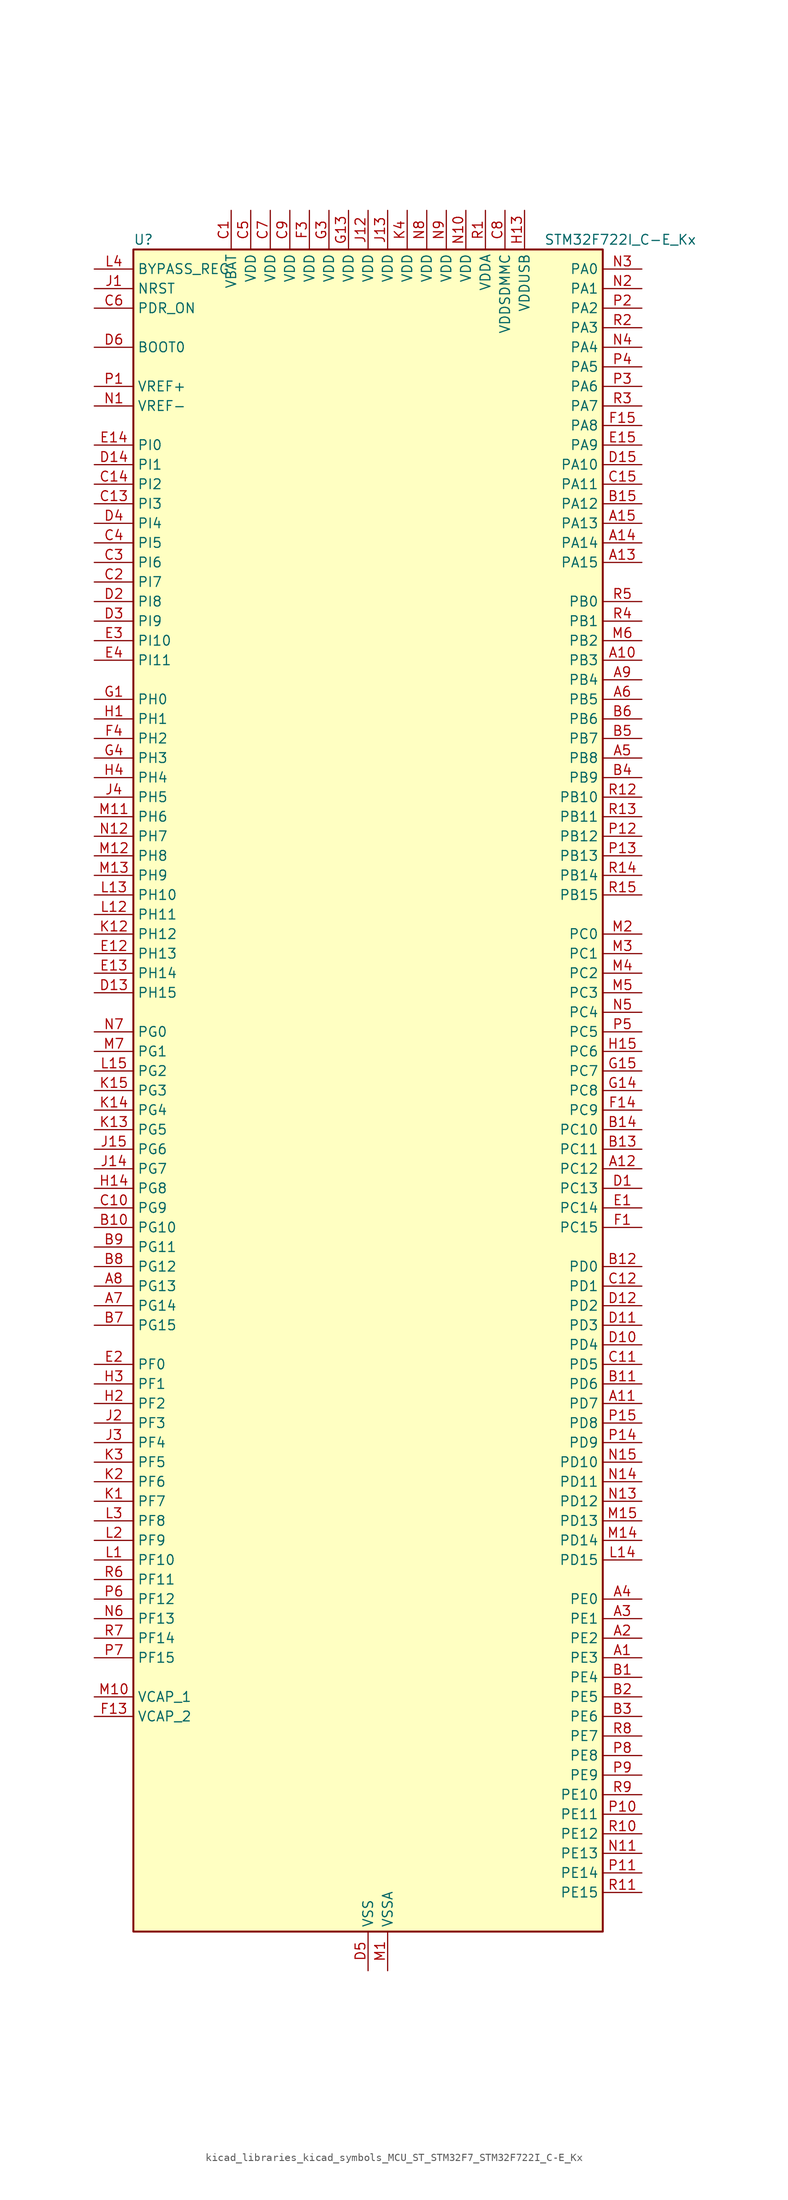
<source format=kicad_sym>
(kicad_symbol_lib
  (version 20220914)
  (generator kicad_symbol_editor)
  (symbol "kicad_libraries_kicad_symbols_MCU_ST_STM32F7_STM32F722I_C-E_Kx"
    (property "Reference" "U"
      (at -30.48 110.49 0)
      (effects (font (size 1.27 1.27)) (justify left)))
    (property "Value" "STM32F722I_C-E_Kx"
      (at 22.86 110.49 0)
      (effects (font (size 1.27 1.27)) (justify left)))
    (property "ki_locked" ""
      (at 0 0 0)
      (effects (font (size 1.27 1.27))))
    (symbol "kicad_libraries_kicad_symbols_MCU_ST_STM32F7_STM32F722I_C-E_Kx_0_1"
      (rectangle (start -30.48 -109.22) (end 30.48 109.22) (stroke (width 0.254) (type default)) (fill (type background))))
    (symbol "kicad_libraries_kicad_symbols_MCU_ST_STM32F7_STM32F722I_C-E_Kx_1_1"
      (pin bidirectional line (at 35.56 -73.66 180) (length 5.08) (name "PE3" (effects (font (size 1.27 1.27)))) (number "A1" (effects (font (size 1.27 1.27)))) (alternate "FMC_A19" bidirectional line) (alternate "SAI1_SD_B" bidirectional line) (alternate "SYS_TRACED0" bidirectional line))
      (pin bidirectional line (at 35.56 55.88 180) (length 5.08) (name "PB3" (effects (font (size 1.27 1.27)))) (number "A10" (effects (font (size 1.27 1.27)))) (alternate "I2S1_CK" bidirectional line) (alternate "I2S3_CK" bidirectional line) (alternate "SDMMC2_D2" bidirectional line) (alternate "SPI1_SCK" bidirectional line) (alternate "SPI3_SCK" bidirectional line) (alternate "SYS_JTDO-SWO" bidirectional line) (alternate "TIM2_CH2" bidirectional line))
      (pin bidirectional line (at 35.56 -40.64 180) (length 5.08) (name "PD7" (effects (font (size 1.27 1.27)))) (number "A11" (effects (font (size 1.27 1.27)))) (alternate "FMC_NE1" bidirectional line) (alternate "SDMMC2_CMD" bidirectional line) (alternate "USART2_CK" bidirectional line))
      (pin bidirectional line (at 35.56 -10.16 180) (length 5.08) (name "PC12" (effects (font (size 1.27 1.27)))) (number "A12" (effects (font (size 1.27 1.27)))) (alternate "I2S3_SD" bidirectional line) (alternate "SDMMC1_CK" bidirectional line) (alternate "SPI3_MOSI" bidirectional line) (alternate "SYS_TRACED3" bidirectional line) (alternate "UART5_TX" bidirectional line) (alternate "USART3_CK" bidirectional line))
      (pin bidirectional line (at 35.56 68.58 180) (length 5.08) (name "PA15" (effects (font (size 1.27 1.27)))) (number "A13" (effects (font (size 1.27 1.27)))) (alternate "I2S1_WS" bidirectional line) (alternate "I2S3_WS" bidirectional line) (alternate "SPI1_NSS" bidirectional line) (alternate "SPI3_NSS" bidirectional line) (alternate "SYS_JTDI" bidirectional line) (alternate "TIM2_CH1" bidirectional line) (alternate "TIM2_ETR" bidirectional line) (alternate "UART4_DE" bidirectional line) (alternate "UART4_RTS" bidirectional line))
      (pin bidirectional line (at 35.56 71.12 180) (length 5.08) (name "PA14" (effects (font (size 1.27 1.27)))) (number "A14" (effects (font (size 1.27 1.27)))) (alternate "SYS_JTCK-SWCLK" bidirectional line))
      (pin bidirectional line (at 35.56 73.66 180) (length 5.08) (name "PA13" (effects (font (size 1.27 1.27)))) (number "A15" (effects (font (size 1.27 1.27)))) (alternate "SYS_JTMS-SWDIO" bidirectional line))
      (pin bidirectional line (at 35.56 -71.12 180) (length 5.08) (name "PE2" (effects (font (size 1.27 1.27)))) (number "A2" (effects (font (size 1.27 1.27)))) (alternate "FMC_A23" bidirectional line) (alternate "QUADSPI_BK1_IO2" bidirectional line) (alternate "SAI1_MCLK_A" bidirectional line) (alternate "SPI4_SCK" bidirectional line) (alternate "SYS_TRACECLK" bidirectional line))
      (pin bidirectional line (at 35.56 -68.58 180) (length 5.08) (name "PE1" (effects (font (size 1.27 1.27)))) (number "A3" (effects (font (size 1.27 1.27)))) (alternate "FMC_NBL1" bidirectional line) (alternate "LPTIM1_IN2" bidirectional line) (alternate "UART8_TX" bidirectional line))
      (pin bidirectional line (at 35.56 -66.04 180) (length 5.08) (name "PE0" (effects (font (size 1.27 1.27)))) (number "A4" (effects (font (size 1.27 1.27)))) (alternate "FMC_NBL0" bidirectional line) (alternate "LPTIM1_ETR" bidirectional line) (alternate "SAI2_MCLK_A" bidirectional line) (alternate "TIM4_ETR" bidirectional line) (alternate "UART8_RX" bidirectional line))
      (pin bidirectional line (at 35.56 43.18 180) (length 5.08) (name "PB8" (effects (font (size 1.27 1.27)))) (number "A5" (effects (font (size 1.27 1.27)))) (alternate "CAN1_RX" bidirectional line) (alternate "I2C1_SCL" bidirectional line) (alternate "SDMMC1_D4" bidirectional line) (alternate "SDMMC2_D4" bidirectional line) (alternate "TIM10_CH1" bidirectional line) (alternate "TIM4_CH3" bidirectional line))
      (pin bidirectional line (at 35.56 50.8 180) (length 5.08) (name "PB5" (effects (font (size 1.27 1.27)))) (number "A6" (effects (font (size 1.27 1.27)))) (alternate "FMC_SDCKE1" bidirectional line) (alternate "I2C1_SMBA" bidirectional line) (alternate "I2S1_SD" bidirectional line) (alternate "I2S3_SD" bidirectional line) (alternate "SPI1_MOSI" bidirectional line) (alternate "SPI3_MOSI" bidirectional line) (alternate "TIM3_CH2" bidirectional line) (alternate "USB_OTG_HS_ULPI_D7" bidirectional line))
      (pin bidirectional line (at -35.56 -27.94 0) (length 5.08) (name "PG14" (effects (font (size 1.27 1.27)))) (number "A7" (effects (font (size 1.27 1.27)))) (alternate "FMC_A25" bidirectional line) (alternate "LPTIM1_ETR" bidirectional line) (alternate "QUADSPI_BK2_IO3" bidirectional line) (alternate "SYS_TRACED1" bidirectional line) (alternate "USART6_TX" bidirectional line))
      (pin bidirectional line (at -35.56 -25.4 0) (length 5.08) (name "PG13" (effects (font (size 1.27 1.27)))) (number "A8" (effects (font (size 1.27 1.27)))) (alternate "FMC_A24" bidirectional line) (alternate "LPTIM1_OUT" bidirectional line) (alternate "SYS_TRACED0" bidirectional line) (alternate "USART6_CTS" bidirectional line))
      (pin bidirectional line (at 35.56 53.34 180) (length 5.08) (name "PB4" (effects (font (size 1.27 1.27)))) (number "A9" (effects (font (size 1.27 1.27)))) (alternate "I2S2_WS" bidirectional line) (alternate "SDMMC2_D3" bidirectional line) (alternate "SPI1_MISO" bidirectional line) (alternate "SPI2_NSS" bidirectional line) (alternate "SPI3_MISO" bidirectional line) (alternate "SYS_JTRST" bidirectional line) (alternate "TIM3_CH1" bidirectional line))
      (pin bidirectional line (at 35.56 -76.2 180) (length 5.08) (name "PE4" (effects (font (size 1.27 1.27)))) (number "B1" (effects (font (size 1.27 1.27)))) (alternate "FMC_A20" bidirectional line) (alternate "SAI1_FS_A" bidirectional line) (alternate "SPI4_NSS" bidirectional line) (alternate "SYS_TRACED1" bidirectional line))
      (pin bidirectional line (at -35.56 -17.78 0) (length 5.08) (name "PG10" (effects (font (size 1.27 1.27)))) (number "B10" (effects (font (size 1.27 1.27)))) (alternate "FMC_NE3" bidirectional line) (alternate "SAI2_SD_B" bidirectional line) (alternate "SDMMC2_D1" bidirectional line))
      (pin bidirectional line (at 35.56 -38.1 180) (length 5.08) (name "PD6" (effects (font (size 1.27 1.27)))) (number "B11" (effects (font (size 1.27 1.27)))) (alternate "FMC_NWAIT" bidirectional line) (alternate "I2S3_SD" bidirectional line) (alternate "SAI1_SD_A" bidirectional line) (alternate "SDMMC2_CK" bidirectional line) (alternate "SPI3_MOSI" bidirectional line) (alternate "USART2_RX" bidirectional line))
      (pin bidirectional line (at 35.56 -22.86 180) (length 5.08) (name "PD0" (effects (font (size 1.27 1.27)))) (number "B12" (effects (font (size 1.27 1.27)))) (alternate "CAN1_RX" bidirectional line) (alternate "FMC_D2" bidirectional line) (alternate "FMC_DA2" bidirectional line))
      (pin bidirectional line (at 35.56 -7.62 180) (length 5.08) (name "PC11" (effects (font (size 1.27 1.27)))) (number "B13" (effects (font (size 1.27 1.27)))) (alternate "ADC1_EXTI11" bidirectional line) (alternate "ADC2_EXTI11" bidirectional line) (alternate "ADC3_EXTI11" bidirectional line) (alternate "QUADSPI_BK2_NCS" bidirectional line) (alternate "SDMMC1_D3" bidirectional line) (alternate "SPI3_MISO" bidirectional line) (alternate "UART4_RX" bidirectional line) (alternate "USART3_RX" bidirectional line))
      (pin bidirectional line (at 35.56 -5.08 180) (length 5.08) (name "PC10" (effects (font (size 1.27 1.27)))) (number "B14" (effects (font (size 1.27 1.27)))) (alternate "I2S3_CK" bidirectional line) (alternate "QUADSPI_BK1_IO1" bidirectional line) (alternate "SDMMC1_D2" bidirectional line) (alternate "SPI3_SCK" bidirectional line) (alternate "UART4_TX" bidirectional line) (alternate "USART3_TX" bidirectional line))
      (pin bidirectional line (at 35.56 76.2 180) (length 5.08) (name "PA12" (effects (font (size 1.27 1.27)))) (number "B15" (effects (font (size 1.27 1.27)))) (alternate "CAN1_TX" bidirectional line) (alternate "SAI2_FS_B" bidirectional line) (alternate "TIM1_ETR" bidirectional line) (alternate "USART1_DE" bidirectional line) (alternate "USART1_RTS" bidirectional line) (alternate "USB_OTG_FS_DP" bidirectional line))
      (pin bidirectional line (at 35.56 -78.74 180) (length 5.08) (name "PE5" (effects (font (size 1.27 1.27)))) (number "B2" (effects (font (size 1.27 1.27)))) (alternate "FMC_A21" bidirectional line) (alternate "SAI1_SCK_A" bidirectional line) (alternate "SPI4_MISO" bidirectional line) (alternate "SYS_TRACED2" bidirectional line) (alternate "TIM9_CH1" bidirectional line))
      (pin bidirectional line (at 35.56 -81.28 180) (length 5.08) (name "PE6" (effects (font (size 1.27 1.27)))) (number "B3" (effects (font (size 1.27 1.27)))) (alternate "FMC_A22" bidirectional line) (alternate "SAI1_SD_A" bidirectional line) (alternate "SAI2_MCLK_B" bidirectional line) (alternate "SPI4_MOSI" bidirectional line) (alternate "SYS_TRACED3" bidirectional line) (alternate "TIM1_BKIN2" bidirectional line) (alternate "TIM9_CH2" bidirectional line))
      (pin bidirectional line (at 35.56 40.64 180) (length 5.08) (name "PB9" (effects (font (size 1.27 1.27)))) (number "B4" (effects (font (size 1.27 1.27)))) (alternate "CAN1_TX" bidirectional line) (alternate "DAC_EXTI9" bidirectional line) (alternate "I2C1_SDA" bidirectional line) (alternate "I2S2_WS" bidirectional line) (alternate "SDMMC1_D5" bidirectional line) (alternate "SDMMC2_D5" bidirectional line) (alternate "SPI2_NSS" bidirectional line) (alternate "TIM11_CH1" bidirectional line) (alternate "TIM4_CH4" bidirectional line))
      (pin bidirectional line (at 35.56 45.72 180) (length 5.08) (name "PB7" (effects (font (size 1.27 1.27)))) (number "B5" (effects (font (size 1.27 1.27)))) (alternate "FMC_NL" bidirectional line) (alternate "I2C1_SDA" bidirectional line) (alternate "TIM4_CH2" bidirectional line) (alternate "USART1_RX" bidirectional line))
      (pin bidirectional line (at 35.56 48.26 180) (length 5.08) (name "PB6" (effects (font (size 1.27 1.27)))) (number "B6" (effects (font (size 1.27 1.27)))) (alternate "FMC_SDNE1" bidirectional line) (alternate "I2C1_SCL" bidirectional line) (alternate "QUADSPI_BK1_NCS" bidirectional line) (alternate "TIM4_CH1" bidirectional line) (alternate "USART1_TX" bidirectional line))
      (pin bidirectional line (at -35.56 -30.48 0) (length 5.08) (name "PG15" (effects (font (size 1.27 1.27)))) (number "B7" (effects (font (size 1.27 1.27)))) (alternate "FMC_SDNCAS" bidirectional line) (alternate "USART6_CTS" bidirectional line))
      (pin bidirectional line (at -35.56 -22.86 0) (length 5.08) (name "PG12" (effects (font (size 1.27 1.27)))) (number "B8" (effects (font (size 1.27 1.27)))) (alternate "FMC_NE4" bidirectional line) (alternate "LPTIM1_IN1" bidirectional line) (alternate "SDMMC2_D3" bidirectional line) (alternate "USART6_DE" bidirectional line) (alternate "USART6_RTS" bidirectional line))
      (pin bidirectional line (at -35.56 -20.32 0) (length 5.08) (name "PG11" (effects (font (size 1.27 1.27)))) (number "B9" (effects (font (size 1.27 1.27)))) (alternate "ADC1_EXTI11" bidirectional line) (alternate "ADC2_EXTI11" bidirectional line) (alternate "ADC3_EXTI11" bidirectional line) (alternate "FMC_INT" bidirectional line) (alternate "SDMMC2_D2" bidirectional line))
      (pin power_in line (at -17.78 114.3 270) (length 5.08) (name "VBAT" (effects (font (size 1.27 1.27)))) (number "C1" (effects (font (size 1.27 1.27)))))
      (pin bidirectional line (at -35.56 -15.24 0) (length 5.08) (name "PG9" (effects (font (size 1.27 1.27)))) (number "C10" (effects (font (size 1.27 1.27)))) (alternate "DAC_EXTI9" bidirectional line) (alternate "FMC_NCE" bidirectional line) (alternate "FMC_NE2" bidirectional line) (alternate "QUADSPI_BK2_IO2" bidirectional line) (alternate "SAI2_FS_B" bidirectional line) (alternate "SDMMC2_D0" bidirectional line) (alternate "USART6_RX" bidirectional line))
      (pin bidirectional line (at 35.56 -35.56 180) (length 5.08) (name "PD5" (effects (font (size 1.27 1.27)))) (number "C11" (effects (font (size 1.27 1.27)))) (alternate "FMC_NWE" bidirectional line) (alternate "USART2_TX" bidirectional line))
      (pin bidirectional line (at 35.56 -25.4 180) (length 5.08) (name "PD1" (effects (font (size 1.27 1.27)))) (number "C12" (effects (font (size 1.27 1.27)))) (alternate "CAN1_TX" bidirectional line) (alternate "FMC_D3" bidirectional line) (alternate "FMC_DA3" bidirectional line))
      (pin bidirectional line (at -35.56 76.2 0) (length 5.08) (name "PI3" (effects (font (size 1.27 1.27)))) (number "C13" (effects (font (size 1.27 1.27)))) (alternate "FMC_D27" bidirectional line) (alternate "I2S2_SD" bidirectional line) (alternate "SPI2_MOSI" bidirectional line) (alternate "TIM8_ETR" bidirectional line))
      (pin bidirectional line (at -35.56 78.74 0) (length 5.08) (name "PI2" (effects (font (size 1.27 1.27)))) (number "C14" (effects (font (size 1.27 1.27)))) (alternate "FMC_D26" bidirectional line) (alternate "SPI2_MISO" bidirectional line) (alternate "TIM8_CH4" bidirectional line))
      (pin bidirectional line (at 35.56 78.74 180) (length 5.08) (name "PA11" (effects (font (size 1.27 1.27)))) (number "C15" (effects (font (size 1.27 1.27)))) (alternate "ADC1_EXTI11" bidirectional line) (alternate "ADC2_EXTI11" bidirectional line) (alternate "ADC3_EXTI11" bidirectional line) (alternate "CAN1_RX" bidirectional line) (alternate "TIM1_CH4" bidirectional line) (alternate "USART1_CTS" bidirectional line) (alternate "USB_OTG_FS_DM" bidirectional line))
      (pin bidirectional line (at -35.56 66.04 0) (length 5.08) (name "PI7" (effects (font (size 1.27 1.27)))) (number "C2" (effects (font (size 1.27 1.27)))) (alternate "FMC_D29" bidirectional line) (alternate "SAI2_FS_A" bidirectional line) (alternate "TIM8_CH3" bidirectional line))
      (pin bidirectional line (at -35.56 68.58 0) (length 5.08) (name "PI6" (effects (font (size 1.27 1.27)))) (number "C3" (effects (font (size 1.27 1.27)))) (alternate "FMC_D28" bidirectional line) (alternate "SAI2_SD_A" bidirectional line) (alternate "TIM8_CH2" bidirectional line))
      (pin bidirectional line (at -35.56 71.12 0) (length 5.08) (name "PI5" (effects (font (size 1.27 1.27)))) (number "C4" (effects (font (size 1.27 1.27)))) (alternate "FMC_NBL3" bidirectional line) (alternate "SAI2_SCK_A" bidirectional line) (alternate "TIM8_CH1" bidirectional line))
      (pin power_in line (at -15.24 114.3 270) (length 5.08) (name "VDD" (effects (font (size 1.27 1.27)))) (number "C5" (effects (font (size 1.27 1.27)))))
      (pin input line (at -35.56 101.6 0) (length 5.08) (name "PDR_ON" (effects (font (size 1.27 1.27)))) (number "C6" (effects (font (size 1.27 1.27)))))
      (pin power_in line (at -12.7 114.3 270) (length 5.08) (name "VDD" (effects (font (size 1.27 1.27)))) (number "C7" (effects (font (size 1.27 1.27)))))
      (pin power_in line (at 17.78 114.3 270) (length 5.08) (name "VDDSDMMC" (effects (font (size 1.27 1.27)))) (number "C8" (effects (font (size 1.27 1.27)))))
      (pin power_in line (at -10.16 114.3 270) (length 5.08) (name "VDD" (effects (font (size 1.27 1.27)))) (number "C9" (effects (font (size 1.27 1.27)))))
      (pin bidirectional line (at 35.56 -12.7 180) (length 5.08) (name "PC13" (effects (font (size 1.27 1.27)))) (number "D1" (effects (font (size 1.27 1.27)))) (alternate "RTC_OUT" bidirectional line) (alternate "RTC_TAMP1" bidirectional line) (alternate "RTC_TS" bidirectional line) (alternate "SYS_WKUP4" bidirectional line))
      (pin bidirectional line (at 35.56 -33.02 180) (length 5.08) (name "PD4" (effects (font (size 1.27 1.27)))) (number "D10" (effects (font (size 1.27 1.27)))) (alternate "FMC_NOE" bidirectional line) (alternate "USART2_DE" bidirectional line) (alternate "USART2_RTS" bidirectional line))
      (pin bidirectional line (at 35.56 -30.48 180) (length 5.08) (name "PD3" (effects (font (size 1.27 1.27)))) (number "D11" (effects (font (size 1.27 1.27)))) (alternate "FMC_CLK" bidirectional line) (alternate "I2S2_CK" bidirectional line) (alternate "SPI2_SCK" bidirectional line) (alternate "USART2_CTS" bidirectional line))
      (pin bidirectional line (at 35.56 -27.94 180) (length 5.08) (name "PD2" (effects (font (size 1.27 1.27)))) (number "D12" (effects (font (size 1.27 1.27)))) (alternate "SDMMC1_CMD" bidirectional line) (alternate "SYS_TRACED2" bidirectional line) (alternate "TIM3_ETR" bidirectional line) (alternate "UART5_RX" bidirectional line))
      (pin bidirectional line (at -35.56 12.7 0) (length 5.08) (name "PH15" (effects (font (size 1.27 1.27)))) (number "D13" (effects (font (size 1.27 1.27)))) (alternate "FMC_D23" bidirectional line) (alternate "TIM8_CH3N" bidirectional line))
      (pin bidirectional line (at -35.56 81.28 0) (length 5.08) (name "PI1" (effects (font (size 1.27 1.27)))) (number "D14" (effects (font (size 1.27 1.27)))) (alternate "FMC_D25" bidirectional line) (alternate "I2S2_CK" bidirectional line) (alternate "SPI2_SCK" bidirectional line) (alternate "TIM8_BKIN2" bidirectional line))
      (pin bidirectional line (at 35.56 81.28 180) (length 5.08) (name "PA10" (effects (font (size 1.27 1.27)))) (number "D15" (effects (font (size 1.27 1.27)))) (alternate "TIM1_CH3" bidirectional line) (alternate "USART1_RX" bidirectional line) (alternate "USB_OTG_FS_ID" bidirectional line))
      (pin bidirectional line (at -35.56 63.5 0) (length 5.08) (name "PI8" (effects (font (size 1.27 1.27)))) (number "D2" (effects (font (size 1.27 1.27)))) (alternate "RTC_TAMP2" bidirectional line) (alternate "RTC_TS" bidirectional line) (alternate "SYS_WKUP5" bidirectional line))
      (pin bidirectional line (at -35.56 60.96 0) (length 5.08) (name "PI9" (effects (font (size 1.27 1.27)))) (number "D3" (effects (font (size 1.27 1.27)))) (alternate "CAN1_RX" bidirectional line) (alternate "DAC_EXTI9" bidirectional line) (alternate "FMC_D30" bidirectional line) (alternate "UART4_RX" bidirectional line))
      (pin bidirectional line (at -35.56 73.66 0) (length 5.08) (name "PI4" (effects (font (size 1.27 1.27)))) (number "D4" (effects (font (size 1.27 1.27)))) (alternate "FMC_NBL2" bidirectional line) (alternate "SAI2_MCLK_A" bidirectional line) (alternate "TIM8_BKIN" bidirectional line))
      (pin power_in line (at 0 -114.3 90) (length 5.08) (name "VSS" (effects (font (size 1.27 1.27)))) (number "D5" (effects (font (size 1.27 1.27)))))
      (pin input line (at -35.56 96.52 0) (length 5.08) (name "BOOT0" (effects (font (size 1.27 1.27)))) (number "D6" (effects (font (size 1.27 1.27)))))
      (pin passive line (at 0 -114.3 90) (length 5.08) hide (name "VSS" (effects (font (size 1.27 1.27)))) (number "D7" (effects (font (size 1.27 1.27)))))
      (pin passive line (at 0 -114.3 90) (length 5.08) hide (name "VSS" (effects (font (size 1.27 1.27)))) (number "D8" (effects (font (size 1.27 1.27)))))
      (pin passive line (at 0 -114.3 90) (length 5.08) hide (name "VSS" (effects (font (size 1.27 1.27)))) (number "D9" (effects (font (size 1.27 1.27)))))
      (pin bidirectional line (at 35.56 -15.24 180) (length 5.08) (name "PC14" (effects (font (size 1.27 1.27)))) (number "E1" (effects (font (size 1.27 1.27)))) (alternate "RCC_OSC32_IN" bidirectional line))
      (pin bidirectional line (at -35.56 17.78 0) (length 5.08) (name "PH13" (effects (font (size 1.27 1.27)))) (number "E12" (effects (font (size 1.27 1.27)))) (alternate "CAN1_TX" bidirectional line) (alternate "FMC_D21" bidirectional line) (alternate "TIM8_CH1N" bidirectional line) (alternate "UART4_TX" bidirectional line))
      (pin bidirectional line (at -35.56 15.24 0) (length 5.08) (name "PH14" (effects (font (size 1.27 1.27)))) (number "E13" (effects (font (size 1.27 1.27)))) (alternate "CAN1_RX" bidirectional line) (alternate "FMC_D22" bidirectional line) (alternate "TIM8_CH2N" bidirectional line) (alternate "UART4_RX" bidirectional line))
      (pin bidirectional line (at -35.56 83.82 0) (length 5.08) (name "PI0" (effects (font (size 1.27 1.27)))) (number "E14" (effects (font (size 1.27 1.27)))) (alternate "FMC_D24" bidirectional line) (alternate "I2S2_WS" bidirectional line) (alternate "SPI2_NSS" bidirectional line) (alternate "TIM5_CH4" bidirectional line))
      (pin bidirectional line (at 35.56 83.82 180) (length 5.08) (name "PA9" (effects (font (size 1.27 1.27)))) (number "E15" (effects (font (size 1.27 1.27)))) (alternate "DAC_EXTI9" bidirectional line) (alternate "I2C3_SMBA" bidirectional line) (alternate "I2S2_CK" bidirectional line) (alternate "SPI2_SCK" bidirectional line) (alternate "TIM1_CH2" bidirectional line) (alternate "USART1_TX" bidirectional line) (alternate "USB_OTG_FS_VBUS" bidirectional line))
      (pin bidirectional line (at -35.56 -35.56 0) (length 5.08) (name "PF0" (effects (font (size 1.27 1.27)))) (number "E2" (effects (font (size 1.27 1.27)))) (alternate "FMC_A0" bidirectional line) (alternate "I2C2_SDA" bidirectional line))
      (pin bidirectional line (at -35.56 58.42 0) (length 5.08) (name "PI10" (effects (font (size 1.27 1.27)))) (number "E3" (effects (font (size 1.27 1.27)))) (alternate "FMC_D31" bidirectional line))
      (pin bidirectional line (at -35.56 55.88 0) (length 5.08) (name "PI11" (effects (font (size 1.27 1.27)))) (number "E4" (effects (font (size 1.27 1.27)))) (alternate "ADC1_EXTI11" bidirectional line) (alternate "ADC2_EXTI11" bidirectional line) (alternate "ADC3_EXTI11" bidirectional line) (alternate "SYS_WKUP6" bidirectional line) (alternate "USB_OTG_HS_ULPI_DIR" bidirectional line))
      (pin bidirectional line (at 35.56 -17.78 180) (length 5.08) (name "PC15" (effects (font (size 1.27 1.27)))) (number "F1" (effects (font (size 1.27 1.27)))) (alternate "RCC_OSC32_OUT" bidirectional line))
      (pin passive line (at 0 -114.3 90) (length 5.08) hide (name "VSS" (effects (font (size 1.27 1.27)))) (number "F10" (effects (font (size 1.27 1.27)))))
      (pin passive line (at 0 -114.3 90) (length 5.08) hide (name "VSS" (effects (font (size 1.27 1.27)))) (number "F12" (effects (font (size 1.27 1.27)))))
      (pin power_out line (at -35.56 -81.28 0) (length 5.08) (name "VCAP_2" (effects (font (size 1.27 1.27)))) (number "F13" (effects (font (size 1.27 1.27)))))
      (pin bidirectional line (at 35.56 -2.54 180) (length 5.08) (name "PC9" (effects (font (size 1.27 1.27)))) (number "F14" (effects (font (size 1.27 1.27)))) (alternate "DAC_EXTI9" bidirectional line) (alternate "I2C3_SDA" bidirectional line) (alternate "I2S_CKIN" bidirectional line) (alternate "QUADSPI_BK1_IO0" bidirectional line) (alternate "RCC_MCO_2" bidirectional line) (alternate "SDMMC1_D1" bidirectional line) (alternate "TIM3_CH4" bidirectional line) (alternate "TIM8_CH4" bidirectional line) (alternate "UART5_CTS" bidirectional line))
      (pin bidirectional line (at 35.56 86.36 180) (length 5.08) (name "PA8" (effects (font (size 1.27 1.27)))) (number "F15" (effects (font (size 1.27 1.27)))) (alternate "I2C3_SCL" bidirectional line) (alternate "RCC_MCO_1" bidirectional line) (alternate "TIM1_CH1" bidirectional line) (alternate "TIM8_BKIN2" bidirectional line) (alternate "USART1_CK" bidirectional line) (alternate "USB_OTG_FS_SOF" bidirectional line))
      (pin passive line (at 0 -114.3 90) (length 5.08) hide (name "VSS" (effects (font (size 1.27 1.27)))) (number "F2" (effects (font (size 1.27 1.27)))))
      (pin power_in line (at -7.62 114.3 270) (length 5.08) (name "VDD" (effects (font (size 1.27 1.27)))) (number "F3" (effects (font (size 1.27 1.27)))))
      (pin bidirectional line (at -35.56 45.72 0) (length 5.08) (name "PH2" (effects (font (size 1.27 1.27)))) (number "F4" (effects (font (size 1.27 1.27)))) (alternate "FMC_SDCKE0" bidirectional line) (alternate "LPTIM1_IN2" bidirectional line) (alternate "QUADSPI_BK2_IO0" bidirectional line) (alternate "SAI2_SCK_B" bidirectional line))
      (pin passive line (at 0 -114.3 90) (length 5.08) hide (name "VSS" (effects (font (size 1.27 1.27)))) (number "F6" (effects (font (size 1.27 1.27)))))
      (pin passive line (at 0 -114.3 90) (length 5.08) hide (name "VSS" (effects (font (size 1.27 1.27)))) (number "F7" (effects (font (size 1.27 1.27)))))
      (pin passive line (at 0 -114.3 90) (length 5.08) hide (name "VSS" (effects (font (size 1.27 1.27)))) (number "F8" (effects (font (size 1.27 1.27)))))
      (pin passive line (at 0 -114.3 90) (length 5.08) hide (name "VSS" (effects (font (size 1.27 1.27)))) (number "F9" (effects (font (size 1.27 1.27)))))
      (pin bidirectional line (at -35.56 50.8 0) (length 5.08) (name "PH0" (effects (font (size 1.27 1.27)))) (number "G1" (effects (font (size 1.27 1.27)))) (alternate "RCC_OSC_IN" bidirectional line))
      (pin passive line (at 0 -114.3 90) (length 5.08) hide (name "VSS" (effects (font (size 1.27 1.27)))) (number "G10" (effects (font (size 1.27 1.27)))))
      (pin passive line (at 0 -114.3 90) (length 5.08) hide (name "VSS" (effects (font (size 1.27 1.27)))) (number "G12" (effects (font (size 1.27 1.27)))))
      (pin power_in line (at -2.54 114.3 270) (length 5.08) (name "VDD" (effects (font (size 1.27 1.27)))) (number "G13" (effects (font (size 1.27 1.27)))))
      (pin bidirectional line (at 35.56 0 180) (length 5.08) (name "PC8" (effects (font (size 1.27 1.27)))) (number "G14" (effects (font (size 1.27 1.27)))) (alternate "SDMMC1_D0" bidirectional line) (alternate "SYS_TRACED1" bidirectional line) (alternate "TIM3_CH3" bidirectional line) (alternate "TIM8_CH3" bidirectional line) (alternate "UART5_DE" bidirectional line) (alternate "UART5_RTS" bidirectional line) (alternate "USART6_CK" bidirectional line))
      (pin bidirectional line (at 35.56 2.54 180) (length 5.08) (name "PC7" (effects (font (size 1.27 1.27)))) (number "G15" (effects (font (size 1.27 1.27)))) (alternate "I2S3_MCK" bidirectional line) (alternate "SDMMC1_D7" bidirectional line) (alternate "SDMMC2_D7" bidirectional line) (alternate "TIM3_CH2" bidirectional line) (alternate "TIM8_CH2" bidirectional line) (alternate "USART6_RX" bidirectional line))
      (pin passive line (at 0 -114.3 90) (length 5.08) hide (name "VSS" (effects (font (size 1.27 1.27)))) (number "G2" (effects (font (size 1.27 1.27)))))
      (pin power_in line (at -5.08 114.3 270) (length 5.08) (name "VDD" (effects (font (size 1.27 1.27)))) (number "G3" (effects (font (size 1.27 1.27)))))
      (pin bidirectional line (at -35.56 43.18 0) (length 5.08) (name "PH3" (effects (font (size 1.27 1.27)))) (number "G4" (effects (font (size 1.27 1.27)))) (alternate "FMC_SDNE0" bidirectional line) (alternate "QUADSPI_BK2_IO1" bidirectional line) (alternate "SAI2_MCLK_B" bidirectional line))
      (pin passive line (at 0 -114.3 90) (length 5.08) hide (name "VSS" (effects (font (size 1.27 1.27)))) (number "G6" (effects (font (size 1.27 1.27)))))
      (pin passive line (at 0 -114.3 90) (length 5.08) hide (name "VSS" (effects (font (size 1.27 1.27)))) (number "G7" (effects (font (size 1.27 1.27)))))
      (pin passive line (at 0 -114.3 90) (length 5.08) hide (name "VSS" (effects (font (size 1.27 1.27)))) (number "G8" (effects (font (size 1.27 1.27)))))
      (pin passive line (at 0 -114.3 90) (length 5.08) hide (name "VSS" (effects (font (size 1.27 1.27)))) (number "G9" (effects (font (size 1.27 1.27)))))
      (pin bidirectional line (at -35.56 48.26 0) (length 5.08) (name "PH1" (effects (font (size 1.27 1.27)))) (number "H1" (effects (font (size 1.27 1.27)))) (alternate "RCC_OSC_OUT" bidirectional line))
      (pin passive line (at 0 -114.3 90) (length 5.08) hide (name "VSS" (effects (font (size 1.27 1.27)))) (number "H10" (effects (font (size 1.27 1.27)))))
      (pin passive line (at 0 -114.3 90) (length 5.08) hide (name "VSS" (effects (font (size 1.27 1.27)))) (number "H12" (effects (font (size 1.27 1.27)))))
      (pin power_in line (at 20.32 114.3 270) (length 5.08) (name "VDDUSB" (effects (font (size 1.27 1.27)))) (number "H13" (effects (font (size 1.27 1.27)))))
      (pin bidirectional line (at -35.56 -12.7 0) (length 5.08) (name "PG8" (effects (font (size 1.27 1.27)))) (number "H14" (effects (font (size 1.27 1.27)))) (alternate "FMC_SDCLK" bidirectional line) (alternate "USART6_DE" bidirectional line) (alternate "USART6_RTS" bidirectional line))
      (pin bidirectional line (at 35.56 5.08 180) (length 5.08) (name "PC6" (effects (font (size 1.27 1.27)))) (number "H15" (effects (font (size 1.27 1.27)))) (alternate "I2S2_MCK" bidirectional line) (alternate "SDMMC1_D6" bidirectional line) (alternate "SDMMC2_D6" bidirectional line) (alternate "TIM3_CH1" bidirectional line) (alternate "TIM8_CH1" bidirectional line) (alternate "USART6_TX" bidirectional line))
      (pin bidirectional line (at -35.56 -40.64 0) (length 5.08) (name "PF2" (effects (font (size 1.27 1.27)))) (number "H2" (effects (font (size 1.27 1.27)))) (alternate "FMC_A2" bidirectional line) (alternate "I2C2_SMBA" bidirectional line))
      (pin bidirectional line (at -35.56 -38.1 0) (length 5.08) (name "PF1" (effects (font (size 1.27 1.27)))) (number "H3" (effects (font (size 1.27 1.27)))) (alternate "FMC_A1" bidirectional line) (alternate "I2C2_SCL" bidirectional line))
      (pin bidirectional line (at -35.56 40.64 0) (length 5.08) (name "PH4" (effects (font (size 1.27 1.27)))) (number "H4" (effects (font (size 1.27 1.27)))) (alternate "I2C2_SCL" bidirectional line) (alternate "USB_OTG_HS_ULPI_NXT" bidirectional line))
      (pin passive line (at 0 -114.3 90) (length 5.08) hide (name "VSS" (effects (font (size 1.27 1.27)))) (number "H6" (effects (font (size 1.27 1.27)))))
      (pin passive line (at 0 -114.3 90) (length 5.08) hide (name "VSS" (effects (font (size 1.27 1.27)))) (number "H7" (effects (font (size 1.27 1.27)))))
      (pin passive line (at 0 -114.3 90) (length 5.08) hide (name "VSS" (effects (font (size 1.27 1.27)))) (number "H8" (effects (font (size 1.27 1.27)))))
      (pin passive line (at 0 -114.3 90) (length 5.08) hide (name "VSS" (effects (font (size 1.27 1.27)))) (number "H9" (effects (font (size 1.27 1.27)))))
      (pin input line (at -35.56 104.14 0) (length 5.08) (name "NRST" (effects (font (size 1.27 1.27)))) (number "J1" (effects (font (size 1.27 1.27)))))
      (pin passive line (at 0 -114.3 90) (length 5.08) hide (name "VSS" (effects (font (size 1.27 1.27)))) (number "J10" (effects (font (size 1.27 1.27)))))
      (pin power_in line (at 0 114.3 270) (length 5.08) (name "VDD" (effects (font (size 1.27 1.27)))) (number "J12" (effects (font (size 1.27 1.27)))))
      (pin power_in line (at 2.54 114.3 270) (length 5.08) (name "VDD" (effects (font (size 1.27 1.27)))) (number "J13" (effects (font (size 1.27 1.27)))))
      (pin bidirectional line (at -35.56 -10.16 0) (length 5.08) (name "PG7" (effects (font (size 1.27 1.27)))) (number "J14" (effects (font (size 1.27 1.27)))) (alternate "FMC_INT" bidirectional line) (alternate "USART6_CK" bidirectional line))
      (pin bidirectional line (at -35.56 -7.62 0) (length 5.08) (name "PG6" (effects (font (size 1.27 1.27)))) (number "J15" (effects (font (size 1.27 1.27)))))
      (pin bidirectional line (at -35.56 -43.18 0) (length 5.08) (name "PF3" (effects (font (size 1.27 1.27)))) (number "J2" (effects (font (size 1.27 1.27)))) (alternate "ADC3_IN9" bidirectional line) (alternate "FMC_A3" bidirectional line))
      (pin bidirectional line (at -35.56 -45.72 0) (length 5.08) (name "PF4" (effects (font (size 1.27 1.27)))) (number "J3" (effects (font (size 1.27 1.27)))) (alternate "ADC3_IN14" bidirectional line) (alternate "FMC_A4" bidirectional line))
      (pin bidirectional line (at -35.56 38.1 0) (length 5.08) (name "PH5" (effects (font (size 1.27 1.27)))) (number "J4" (effects (font (size 1.27 1.27)))) (alternate "FMC_SDNWE" bidirectional line) (alternate "I2C2_SDA" bidirectional line) (alternate "SPI5_NSS" bidirectional line))
      (pin passive line (at 0 -114.3 90) (length 5.08) hide (name "VSS" (effects (font (size 1.27 1.27)))) (number "J6" (effects (font (size 1.27 1.27)))))
      (pin passive line (at 0 -114.3 90) (length 5.08) hide (name "VSS" (effects (font (size 1.27 1.27)))) (number "J7" (effects (font (size 1.27 1.27)))))
      (pin passive line (at 0 -114.3 90) (length 5.08) hide (name "VSS" (effects (font (size 1.27 1.27)))) (number "J8" (effects (font (size 1.27 1.27)))))
      (pin passive line (at 0 -114.3 90) (length 5.08) hide (name "VSS" (effects (font (size 1.27 1.27)))) (number "J9" (effects (font (size 1.27 1.27)))))
      (pin bidirectional line (at -35.56 -53.34 0) (length 5.08) (name "PF7" (effects (font (size 1.27 1.27)))) (number "K1" (effects (font (size 1.27 1.27)))) (alternate "ADC3_IN5" bidirectional line) (alternate "QUADSPI_BK1_IO2" bidirectional line) (alternate "SAI1_MCLK_B" bidirectional line) (alternate "SPI5_SCK" bidirectional line) (alternate "TIM11_CH1" bidirectional line) (alternate "UART7_TX" bidirectional line))
      (pin passive line (at 0 -114.3 90) (length 5.08) hide (name "VSS" (effects (font (size 1.27 1.27)))) (number "K10" (effects (font (size 1.27 1.27)))))
      (pin bidirectional line (at -35.56 20.32 0) (length 5.08) (name "PH12" (effects (font (size 1.27 1.27)))) (number "K12" (effects (font (size 1.27 1.27)))) (alternate "FMC_D20" bidirectional line) (alternate "TIM5_CH3" bidirectional line))
      (pin bidirectional line (at -35.56 -5.08 0) (length 5.08) (name "PG5" (effects (font (size 1.27 1.27)))) (number "K13" (effects (font (size 1.27 1.27)))) (alternate "FMC_A15" bidirectional line) (alternate "FMC_BA1" bidirectional line))
      (pin bidirectional line (at -35.56 -2.54 0) (length 5.08) (name "PG4" (effects (font (size 1.27 1.27)))) (number "K14" (effects (font (size 1.27 1.27)))) (alternate "FMC_A14" bidirectional line) (alternate "FMC_BA0" bidirectional line))
      (pin bidirectional line (at -35.56 0 0) (length 5.08) (name "PG3" (effects (font (size 1.27 1.27)))) (number "K15" (effects (font (size 1.27 1.27)))) (alternate "FMC_A13" bidirectional line))
      (pin bidirectional line (at -35.56 -50.8 0) (length 5.08) (name "PF6" (effects (font (size 1.27 1.27)))) (number "K2" (effects (font (size 1.27 1.27)))) (alternate "ADC3_IN4" bidirectional line) (alternate "QUADSPI_BK1_IO3" bidirectional line) (alternate "SAI1_SD_B" bidirectional line) (alternate "SPI5_NSS" bidirectional line) (alternate "TIM10_CH1" bidirectional line) (alternate "UART7_RX" bidirectional line))
      (pin bidirectional line (at -35.56 -48.26 0) (length 5.08) (name "PF5" (effects (font (size 1.27 1.27)))) (number "K3" (effects (font (size 1.27 1.27)))) (alternate "ADC3_IN15" bidirectional line) (alternate "FMC_A5" bidirectional line))
      (pin power_in line (at 5.08 114.3 270) (length 5.08) (name "VDD" (effects (font (size 1.27 1.27)))) (number "K4" (effects (font (size 1.27 1.27)))))
      (pin passive line (at 0 -114.3 90) (length 5.08) hide (name "VSS" (effects (font (size 1.27 1.27)))) (number "K6" (effects (font (size 1.27 1.27)))))
      (pin passive line (at 0 -114.3 90) (length 5.08) hide (name "VSS" (effects (font (size 1.27 1.27)))) (number "K7" (effects (font (size 1.27 1.27)))))
      (pin passive line (at 0 -114.3 90) (length 5.08) hide (name "VSS" (effects (font (size 1.27 1.27)))) (number "K8" (effects (font (size 1.27 1.27)))))
      (pin passive line (at 0 -114.3 90) (length 5.08) hide (name "VSS" (effects (font (size 1.27 1.27)))) (number "K9" (effects (font (size 1.27 1.27)))))
      (pin bidirectional line (at -35.56 -60.96 0) (length 5.08) (name "PF10" (effects (font (size 1.27 1.27)))) (number "L1" (effects (font (size 1.27 1.27)))) (alternate "ADC3_IN8" bidirectional line))
      (pin bidirectional line (at -35.56 22.86 0) (length 5.08) (name "PH11" (effects (font (size 1.27 1.27)))) (number "L12" (effects (font (size 1.27 1.27)))) (alternate "ADC1_EXTI11" bidirectional line) (alternate "ADC2_EXTI11" bidirectional line) (alternate "ADC3_EXTI11" bidirectional line) (alternate "FMC_D19" bidirectional line) (alternate "TIM5_CH2" bidirectional line))
      (pin bidirectional line (at -35.56 25.4 0) (length 5.08) (name "PH10" (effects (font (size 1.27 1.27)))) (number "L13" (effects (font (size 1.27 1.27)))) (alternate "FMC_D18" bidirectional line) (alternate "TIM5_CH1" bidirectional line))
      (pin bidirectional line (at 35.56 -60.96 180) (length 5.08) (name "PD15" (effects (font (size 1.27 1.27)))) (number "L14" (effects (font (size 1.27 1.27)))) (alternate "FMC_D1" bidirectional line) (alternate "FMC_DA1" bidirectional line) (alternate "TIM4_CH4" bidirectional line) (alternate "UART8_DE" bidirectional line) (alternate "UART8_RTS" bidirectional line))
      (pin bidirectional line (at -35.56 2.54 0) (length 5.08) (name "PG2" (effects (font (size 1.27 1.27)))) (number "L15" (effects (font (size 1.27 1.27)))) (alternate "FMC_A12" bidirectional line))
      (pin bidirectional line (at -35.56 -58.42 0) (length 5.08) (name "PF9" (effects (font (size 1.27 1.27)))) (number "L2" (effects (font (size 1.27 1.27)))) (alternate "ADC3_IN7" bidirectional line) (alternate "DAC_EXTI9" bidirectional line) (alternate "QUADSPI_BK1_IO1" bidirectional line) (alternate "SAI1_FS_B" bidirectional line) (alternate "SPI5_MOSI" bidirectional line) (alternate "TIM14_CH1" bidirectional line) (alternate "UART7_CTS" bidirectional line))
      (pin bidirectional line (at -35.56 -55.88 0) (length 5.08) (name "PF8" (effects (font (size 1.27 1.27)))) (number "L3" (effects (font (size 1.27 1.27)))) (alternate "ADC3_IN6" bidirectional line) (alternate "QUADSPI_BK1_IO0" bidirectional line) (alternate "SAI1_SCK_B" bidirectional line) (alternate "SPI5_MISO" bidirectional line) (alternate "TIM13_CH1" bidirectional line) (alternate "UART7_DE" bidirectional line) (alternate "UART7_RTS" bidirectional line))
      (pin input line (at -35.56 106.68 0) (length 5.08) (name "BYPASS_REG" (effects (font (size 1.27 1.27)))) (number "L4" (effects (font (size 1.27 1.27)))))
      (pin power_in line (at 2.54 -114.3 90) (length 5.08) (name "VSSA" (effects (font (size 1.27 1.27)))) (number "M1" (effects (font (size 1.27 1.27)))))
      (pin power_out line (at -35.56 -78.74 0) (length 5.08) (name "VCAP_1" (effects (font (size 1.27 1.27)))) (number "M10" (effects (font (size 1.27 1.27)))))
      (pin bidirectional line (at -35.56 35.56 0) (length 5.08) (name "PH6" (effects (font (size 1.27 1.27)))) (number "M11" (effects (font (size 1.27 1.27)))) (alternate "FMC_SDNE1" bidirectional line) (alternate "I2C2_SMBA" bidirectional line) (alternate "SPI5_SCK" bidirectional line) (alternate "TIM12_CH1" bidirectional line))
      (pin bidirectional line (at -35.56 30.48 0) (length 5.08) (name "PH8" (effects (font (size 1.27 1.27)))) (number "M12" (effects (font (size 1.27 1.27)))) (alternate "FMC_D16" bidirectional line) (alternate "I2C3_SDA" bidirectional line))
      (pin bidirectional line (at -35.56 27.94 0) (length 5.08) (name "PH9" (effects (font (size 1.27 1.27)))) (number "M13" (effects (font (size 1.27 1.27)))) (alternate "DAC_EXTI9" bidirectional line) (alternate "FMC_D17" bidirectional line) (alternate "I2C3_SMBA" bidirectional line) (alternate "TIM12_CH2" bidirectional line))
      (pin bidirectional line (at 35.56 -58.42 180) (length 5.08) (name "PD14" (effects (font (size 1.27 1.27)))) (number "M14" (effects (font (size 1.27 1.27)))) (alternate "FMC_D0" bidirectional line) (alternate "FMC_DA0" bidirectional line) (alternate "TIM4_CH3" bidirectional line) (alternate "UART8_CTS" bidirectional line))
      (pin bidirectional line (at 35.56 -55.88 180) (length 5.08) (name "PD13" (effects (font (size 1.27 1.27)))) (number "M15" (effects (font (size 1.27 1.27)))) (alternate "FMC_A18" bidirectional line) (alternate "LPTIM1_OUT" bidirectional line) (alternate "QUADSPI_BK1_IO3" bidirectional line) (alternate "SAI2_SCK_A" bidirectional line) (alternate "TIM4_CH2" bidirectional line))
      (pin bidirectional line (at 35.56 20.32 180) (length 5.08) (name "PC0" (effects (font (size 1.27 1.27)))) (number "M2" (effects (font (size 1.27 1.27)))) (alternate "ADC1_IN10" bidirectional line) (alternate "ADC2_IN10" bidirectional line) (alternate "ADC3_IN10" bidirectional line) (alternate "FMC_SDNWE" bidirectional line) (alternate "SAI2_FS_B" bidirectional line) (alternate "USB_OTG_HS_ULPI_STP" bidirectional line))
      (pin bidirectional line (at 35.56 17.78 180) (length 5.08) (name "PC1" (effects (font (size 1.27 1.27)))) (number "M3" (effects (font (size 1.27 1.27)))) (alternate "ADC1_IN11" bidirectional line) (alternate "ADC2_IN11" bidirectional line) (alternate "ADC3_IN11" bidirectional line) (alternate "I2S2_SD" bidirectional line) (alternate "RTC_TAMP3" bidirectional line) (alternate "RTC_TS" bidirectional line) (alternate "SAI1_SD_A" bidirectional line) (alternate "SPI2_MOSI" bidirectional line) (alternate "SYS_TRACED0" bidirectional line) (alternate "SYS_WKUP3" bidirectional line))
      (pin bidirectional line (at 35.56 15.24 180) (length 5.08) (name "PC2" (effects (font (size 1.27 1.27)))) (number "M4" (effects (font (size 1.27 1.27)))) (alternate "ADC1_IN12" bidirectional line) (alternate "ADC2_IN12" bidirectional line) (alternate "ADC3_IN12" bidirectional line) (alternate "FMC_SDNE0" bidirectional line) (alternate "SPI2_MISO" bidirectional line) (alternate "USB_OTG_HS_ULPI_DIR" bidirectional line))
      (pin bidirectional line (at 35.56 12.7 180) (length 5.08) (name "PC3" (effects (font (size 1.27 1.27)))) (number "M5" (effects (font (size 1.27 1.27)))) (alternate "ADC1_IN13" bidirectional line) (alternate "ADC2_IN13" bidirectional line) (alternate "ADC3_IN13" bidirectional line) (alternate "FMC_SDCKE0" bidirectional line) (alternate "I2S2_SD" bidirectional line) (alternate "SPI2_MOSI" bidirectional line) (alternate "USB_OTG_HS_ULPI_NXT" bidirectional line))
      (pin bidirectional line (at 35.56 58.42 180) (length 5.08) (name "PB2" (effects (font (size 1.27 1.27)))) (number "M6" (effects (font (size 1.27 1.27)))) (alternate "I2S3_SD" bidirectional line) (alternate "QUADSPI_CLK" bidirectional line) (alternate "SAI1_SD_A" bidirectional line) (alternate "SPI3_MOSI" bidirectional line))
      (pin bidirectional line (at -35.56 5.08 0) (length 5.08) (name "PG1" (effects (font (size 1.27 1.27)))) (number "M7" (effects (font (size 1.27 1.27)))) (alternate "FMC_A11" bidirectional line))
      (pin passive line (at 0 -114.3 90) (length 5.08) hide (name "VSS" (effects (font (size 1.27 1.27)))) (number "M8" (effects (font (size 1.27 1.27)))))
      (pin passive line (at 0 -114.3 90) (length 5.08) hide (name "VSS" (effects (font (size 1.27 1.27)))) (number "M9" (effects (font (size 1.27 1.27)))))
      (pin input line (at -35.56 88.9 0) (length 5.08) (name "VREF-" (effects (font (size 1.27 1.27)))) (number "N1" (effects (font (size 1.27 1.27)))))
      (pin power_in line (at 12.7 114.3 270) (length 5.08) (name "VDD" (effects (font (size 1.27 1.27)))) (number "N10" (effects (font (size 1.27 1.27)))))
      (pin bidirectional line (at 35.56 -99.06 180) (length 5.08) (name "PE13" (effects (font (size 1.27 1.27)))) (number "N11" (effects (font (size 1.27 1.27)))) (alternate "FMC_D10" bidirectional line) (alternate "FMC_DA10" bidirectional line) (alternate "SAI2_FS_B" bidirectional line) (alternate "SPI4_MISO" bidirectional line) (alternate "TIM1_CH3" bidirectional line))
      (pin bidirectional line (at -35.56 33.02 0) (length 5.08) (name "PH7" (effects (font (size 1.27 1.27)))) (number "N12" (effects (font (size 1.27 1.27)))) (alternate "FMC_SDCKE1" bidirectional line) (alternate "I2C3_SCL" bidirectional line) (alternate "SPI5_MISO" bidirectional line))
      (pin bidirectional line (at 35.56 -53.34 180) (length 5.08) (name "PD12" (effects (font (size 1.27 1.27)))) (number "N13" (effects (font (size 1.27 1.27)))) (alternate "FMC_A17" bidirectional line) (alternate "FMC_ALE" bidirectional line) (alternate "LPTIM1_IN1" bidirectional line) (alternate "QUADSPI_BK1_IO1" bidirectional line) (alternate "SAI2_FS_A" bidirectional line) (alternate "TIM4_CH1" bidirectional line) (alternate "USART3_DE" bidirectional line) (alternate "USART3_RTS" bidirectional line))
      (pin bidirectional line (at 35.56 -50.8 180) (length 5.08) (name "PD11" (effects (font (size 1.27 1.27)))) (number "N14" (effects (font (size 1.27 1.27)))) (alternate "ADC1_EXTI11" bidirectional line) (alternate "ADC2_EXTI11" bidirectional line) (alternate "ADC3_EXTI11" bidirectional line) (alternate "FMC_A16" bidirectional line) (alternate "FMC_CLE" bidirectional line) (alternate "QUADSPI_BK1_IO0" bidirectional line) (alternate "SAI2_SD_A" bidirectional line) (alternate "USART3_CTS" bidirectional line))
      (pin bidirectional line (at 35.56 -48.26 180) (length 5.08) (name "PD10" (effects (font (size 1.27 1.27)))) (number "N15" (effects (font (size 1.27 1.27)))) (alternate "FMC_D15" bidirectional line) (alternate "FMC_DA15" bidirectional line) (alternate "USART3_CK" bidirectional line))
      (pin bidirectional line (at 35.56 104.14 180) (length 5.08) (name "PA1" (effects (font (size 1.27 1.27)))) (number "N2" (effects (font (size 1.27 1.27)))) (alternate "ADC1_IN1" bidirectional line) (alternate "ADC2_IN1" bidirectional line) (alternate "ADC3_IN1" bidirectional line) (alternate "QUADSPI_BK1_IO3" bidirectional line) (alternate "SAI2_MCLK_B" bidirectional line) (alternate "TIM2_CH2" bidirectional line) (alternate "TIM5_CH2" bidirectional line) (alternate "UART4_RX" bidirectional line) (alternate "USART2_DE" bidirectional line) (alternate "USART2_RTS" bidirectional line))
      (pin bidirectional line (at 35.56 106.68 180) (length 5.08) (name "PA0" (effects (font (size 1.27 1.27)))) (number "N3" (effects (font (size 1.27 1.27)))) (alternate "ADC1_IN0" bidirectional line) (alternate "ADC2_IN0" bidirectional line) (alternate "ADC3_IN0" bidirectional line) (alternate "SAI2_SD_B" bidirectional line) (alternate "SYS_WKUP1" bidirectional line) (alternate "TIM2_CH1" bidirectional line) (alternate "TIM2_ETR" bidirectional line) (alternate "TIM5_CH1" bidirectional line) (alternate "TIM8_ETR" bidirectional line) (alternate "UART4_TX" bidirectional line) (alternate "USART2_CTS" bidirectional line))
      (pin bidirectional line (at 35.56 96.52 180) (length 5.08) (name "PA4" (effects (font (size 1.27 1.27)))) (number "N4" (effects (font (size 1.27 1.27)))) (alternate "ADC1_IN4" bidirectional line) (alternate "ADC2_IN4" bidirectional line) (alternate "DAC_OUT1" bidirectional line) (alternate "I2S1_WS" bidirectional line) (alternate "I2S3_WS" bidirectional line) (alternate "SPI1_NSS" bidirectional line) (alternate "SPI3_NSS" bidirectional line) (alternate "USART2_CK" bidirectional line) (alternate "USB_OTG_HS_SOF" bidirectional line))
      (pin bidirectional line (at 35.56 10.16 180) (length 5.08) (name "PC4" (effects (font (size 1.27 1.27)))) (number "N5" (effects (font (size 1.27 1.27)))) (alternate "ADC1_IN14" bidirectional line) (alternate "ADC2_IN14" bidirectional line) (alternate "FMC_SDNE0" bidirectional line) (alternate "I2S1_MCK" bidirectional line))
      (pin bidirectional line (at -35.56 -68.58 0) (length 5.08) (name "PF13" (effects (font (size 1.27 1.27)))) (number "N6" (effects (font (size 1.27 1.27)))) (alternate "FMC_A7" bidirectional line))
      (pin bidirectional line (at -35.56 7.62 0) (length 5.08) (name "PG0" (effects (font (size 1.27 1.27)))) (number "N7" (effects (font (size 1.27 1.27)))) (alternate "FMC_A10" bidirectional line))
      (pin power_in line (at 7.62 114.3 270) (length 5.08) (name "VDD" (effects (font (size 1.27 1.27)))) (number "N8" (effects (font (size 1.27 1.27)))))
      (pin power_in line (at 10.16 114.3 270) (length 5.08) (name "VDD" (effects (font (size 1.27 1.27)))) (number "N9" (effects (font (size 1.27 1.27)))))
      (pin input line (at -35.56 91.44 0) (length 5.08) (name "VREF+" (effects (font (size 1.27 1.27)))) (number "P1" (effects (font (size 1.27 1.27)))))
      (pin bidirectional line (at 35.56 -93.98 180) (length 5.08) (name "PE11" (effects (font (size 1.27 1.27)))) (number "P10" (effects (font (size 1.27 1.27)))) (alternate "ADC1_EXTI11" bidirectional line) (alternate "ADC2_EXTI11" bidirectional line) (alternate "ADC3_EXTI11" bidirectional line) (alternate "FMC_D8" bidirectional line) (alternate "FMC_DA8" bidirectional line) (alternate "SAI2_SD_B" bidirectional line) (alternate "SPI4_NSS" bidirectional line) (alternate "TIM1_CH2" bidirectional line))
      (pin bidirectional line (at 35.56 -101.6 180) (length 5.08) (name "PE14" (effects (font (size 1.27 1.27)))) (number "P11" (effects (font (size 1.27 1.27)))) (alternate "FMC_D11" bidirectional line) (alternate "FMC_DA11" bidirectional line) (alternate "SAI2_MCLK_B" bidirectional line) (alternate "SPI4_MOSI" bidirectional line) (alternate "TIM1_CH4" bidirectional line))
      (pin bidirectional line (at 35.56 33.02 180) (length 5.08) (name "PB12" (effects (font (size 1.27 1.27)))) (number "P12" (effects (font (size 1.27 1.27)))) (alternate "I2C2_SMBA" bidirectional line) (alternate "I2S2_WS" bidirectional line) (alternate "SPI2_NSS" bidirectional line) (alternate "TIM1_BKIN" bidirectional line) (alternate "USART3_CK" bidirectional line) (alternate "USB_OTG_HS_ID" bidirectional line) (alternate "USB_OTG_HS_ULPI_D5" bidirectional line))
      (pin bidirectional line (at 35.56 30.48 180) (length 5.08) (name "PB13" (effects (font (size 1.27 1.27)))) (number "P13" (effects (font (size 1.27 1.27)))) (alternate "I2S2_CK" bidirectional line) (alternate "SPI2_SCK" bidirectional line) (alternate "TIM1_CH1N" bidirectional line) (alternate "USART3_CTS" bidirectional line) (alternate "USB_OTG_HS_ULPI_D6" bidirectional line) (alternate "USB_OTG_HS_VBUS" bidirectional line))
      (pin bidirectional line (at 35.56 -45.72 180) (length 5.08) (name "PD9" (effects (font (size 1.27 1.27)))) (number "P14" (effects (font (size 1.27 1.27)))) (alternate "DAC_EXTI9" bidirectional line) (alternate "FMC_D14" bidirectional line) (alternate "FMC_DA14" bidirectional line) (alternate "USART3_RX" bidirectional line))
      (pin bidirectional line (at 35.56 -43.18 180) (length 5.08) (name "PD8" (effects (font (size 1.27 1.27)))) (number "P15" (effects (font (size 1.27 1.27)))) (alternate "FMC_D13" bidirectional line) (alternate "FMC_DA13" bidirectional line) (alternate "USART3_TX" bidirectional line))
      (pin bidirectional line (at 35.56 101.6 180) (length 5.08) (name "PA2" (effects (font (size 1.27 1.27)))) (number "P2" (effects (font (size 1.27 1.27)))) (alternate "ADC1_IN2" bidirectional line) (alternate "ADC2_IN2" bidirectional line) (alternate "ADC3_IN2" bidirectional line) (alternate "SAI2_SCK_B" bidirectional line) (alternate "SYS_WKUP2" bidirectional line) (alternate "TIM2_CH3" bidirectional line) (alternate "TIM5_CH3" bidirectional line) (alternate "TIM9_CH1" bidirectional line) (alternate "USART2_TX" bidirectional line))
      (pin bidirectional line (at 35.56 91.44 180) (length 5.08) (name "PA6" (effects (font (size 1.27 1.27)))) (number "P3" (effects (font (size 1.27 1.27)))) (alternate "ADC1_IN6" bidirectional line) (alternate "ADC2_IN6" bidirectional line) (alternate "SPI1_MISO" bidirectional line) (alternate "TIM13_CH1" bidirectional line) (alternate "TIM1_BKIN" bidirectional line) (alternate "TIM3_CH1" bidirectional line) (alternate "TIM8_BKIN" bidirectional line))
      (pin bidirectional line (at 35.56 93.98 180) (length 5.08) (name "PA5" (effects (font (size 1.27 1.27)))) (number "P4" (effects (font (size 1.27 1.27)))) (alternate "ADC1_IN5" bidirectional line) (alternate "ADC2_IN5" bidirectional line) (alternate "DAC_OUT2" bidirectional line) (alternate "I2S1_CK" bidirectional line) (alternate "SPI1_SCK" bidirectional line) (alternate "TIM2_CH1" bidirectional line) (alternate "TIM2_ETR" bidirectional line) (alternate "TIM8_CH1N" bidirectional line) (alternate "USB_OTG_HS_ULPI_CK" bidirectional line))
      (pin bidirectional line (at 35.56 7.62 180) (length 5.08) (name "PC5" (effects (font (size 1.27 1.27)))) (number "P5" (effects (font (size 1.27 1.27)))) (alternate "ADC1_IN15" bidirectional line) (alternate "ADC2_IN15" bidirectional line) (alternate "FMC_SDCKE0" bidirectional line))
      (pin bidirectional line (at -35.56 -66.04 0) (length 5.08) (name "PF12" (effects (font (size 1.27 1.27)))) (number "P6" (effects (font (size 1.27 1.27)))) (alternate "FMC_A6" bidirectional line))
      (pin bidirectional line (at -35.56 -73.66 0) (length 5.08) (name "PF15" (effects (font (size 1.27 1.27)))) (number "P7" (effects (font (size 1.27 1.27)))) (alternate "FMC_A9" bidirectional line))
      (pin bidirectional line (at 35.56 -86.36 180) (length 5.08) (name "PE8" (effects (font (size 1.27 1.27)))) (number "P8" (effects (font (size 1.27 1.27)))) (alternate "FMC_D5" bidirectional line) (alternate "FMC_DA5" bidirectional line) (alternate "QUADSPI_BK2_IO1" bidirectional line) (alternate "TIM1_CH1N" bidirectional line) (alternate "UART7_TX" bidirectional line))
      (pin bidirectional line (at 35.56 -88.9 180) (length 5.08) (name "PE9" (effects (font (size 1.27 1.27)))) (number "P9" (effects (font (size 1.27 1.27)))) (alternate "DAC_EXTI9" bidirectional line) (alternate "FMC_D6" bidirectional line) (alternate "FMC_DA6" bidirectional line) (alternate "QUADSPI_BK2_IO2" bidirectional line) (alternate "TIM1_CH1" bidirectional line) (alternate "UART7_DE" bidirectional line) (alternate "UART7_RTS" bidirectional line))
      (pin power_in line (at 15.24 114.3 270) (length 5.08) (name "VDDA" (effects (font (size 1.27 1.27)))) (number "R1" (effects (font (size 1.27 1.27)))))
      (pin bidirectional line (at 35.56 -96.52 180) (length 5.08) (name "PE12" (effects (font (size 1.27 1.27)))) (number "R10" (effects (font (size 1.27 1.27)))) (alternate "FMC_D9" bidirectional line) (alternate "FMC_DA9" bidirectional line) (alternate "SAI2_SCK_B" bidirectional line) (alternate "SPI4_SCK" bidirectional line) (alternate "TIM1_CH3N" bidirectional line))
      (pin bidirectional line (at 35.56 -104.14 180) (length 5.08) (name "PE15" (effects (font (size 1.27 1.27)))) (number "R11" (effects (font (size 1.27 1.27)))) (alternate "FMC_D12" bidirectional line) (alternate "FMC_DA12" bidirectional line) (alternate "TIM1_BKIN" bidirectional line))
      (pin bidirectional line (at 35.56 38.1 180) (length 5.08) (name "PB10" (effects (font (size 1.27 1.27)))) (number "R12" (effects (font (size 1.27 1.27)))) (alternate "I2C2_SCL" bidirectional line) (alternate "I2S2_CK" bidirectional line) (alternate "SPI2_SCK" bidirectional line) (alternate "TIM2_CH3" bidirectional line) (alternate "USART3_TX" bidirectional line) (alternate "USB_OTG_HS_ULPI_D3" bidirectional line))
      (pin bidirectional line (at 35.56 35.56 180) (length 5.08) (name "PB11" (effects (font (size 1.27 1.27)))) (number "R13" (effects (font (size 1.27 1.27)))) (alternate "ADC1_EXTI11" bidirectional line) (alternate "ADC2_EXTI11" bidirectional line) (alternate "ADC3_EXTI11" bidirectional line) (alternate "I2C2_SDA" bidirectional line) (alternate "TIM2_CH4" bidirectional line) (alternate "USART3_RX" bidirectional line) (alternate "USB_OTG_HS_ULPI_D4" bidirectional line))
      (pin bidirectional line (at 35.56 27.94 180) (length 5.08) (name "PB14" (effects (font (size 1.27 1.27)))) (number "R14" (effects (font (size 1.27 1.27)))) (alternate "SDMMC2_D0" bidirectional line) (alternate "SPI2_MISO" bidirectional line) (alternate "TIM12_CH1" bidirectional line) (alternate "TIM1_CH2N" bidirectional line) (alternate "TIM8_CH2N" bidirectional line) (alternate "USART3_DE" bidirectional line) (alternate "USART3_RTS" bidirectional line) (alternate "USB_OTG_HS_DM" bidirectional line))
      (pin bidirectional line (at 35.56 25.4 180) (length 5.08) (name "PB15" (effects (font (size 1.27 1.27)))) (number "R15" (effects (font (size 1.27 1.27)))) (alternate "I2S2_SD" bidirectional line) (alternate "RTC_REFIN" bidirectional line) (alternate "SDMMC2_D1" bidirectional line) (alternate "SPI2_MOSI" bidirectional line) (alternate "TIM12_CH2" bidirectional line) (alternate "TIM1_CH3N" bidirectional line) (alternate "TIM8_CH3N" bidirectional line) (alternate "USB_OTG_HS_DP" bidirectional line))
      (pin bidirectional line (at 35.56 99.06 180) (length 5.08) (name "PA3" (effects (font (size 1.27 1.27)))) (number "R2" (effects (font (size 1.27 1.27)))) (alternate "ADC1_IN3" bidirectional line) (alternate "ADC2_IN3" bidirectional line) (alternate "ADC3_IN3" bidirectional line) (alternate "TIM2_CH4" bidirectional line) (alternate "TIM5_CH4" bidirectional line) (alternate "TIM9_CH2" bidirectional line) (alternate "USART2_RX" bidirectional line) (alternate "USB_OTG_HS_ULPI_D0" bidirectional line))
      (pin bidirectional line (at 35.56 88.9 180) (length 5.08) (name "PA7" (effects (font (size 1.27 1.27)))) (number "R3" (effects (font (size 1.27 1.27)))) (alternate "ADC1_IN7" bidirectional line) (alternate "ADC2_IN7" bidirectional line) (alternate "FMC_SDNWE" bidirectional line) (alternate "I2S1_SD" bidirectional line) (alternate "SPI1_MOSI" bidirectional line) (alternate "TIM14_CH1" bidirectional line) (alternate "TIM1_CH1N" bidirectional line) (alternate "TIM3_CH2" bidirectional line) (alternate "TIM8_CH1N" bidirectional line))
      (pin bidirectional line (at 35.56 60.96 180) (length 5.08) (name "PB1" (effects (font (size 1.27 1.27)))) (number "R4" (effects (font (size 1.27 1.27)))) (alternate "ADC1_IN9" bidirectional line) (alternate "ADC2_IN9" bidirectional line) (alternate "TIM1_CH3N" bidirectional line) (alternate "TIM3_CH4" bidirectional line) (alternate "TIM8_CH3N" bidirectional line) (alternate "USB_OTG_HS_ULPI_D2" bidirectional line))
      (pin bidirectional line (at 35.56 63.5 180) (length 5.08) (name "PB0" (effects (font (size 1.27 1.27)))) (number "R5" (effects (font (size 1.27 1.27)))) (alternate "ADC1_IN8" bidirectional line) (alternate "ADC2_IN8" bidirectional line) (alternate "TIM1_CH2N" bidirectional line) (alternate "TIM3_CH3" bidirectional line) (alternate "TIM8_CH2N" bidirectional line) (alternate "UART4_CTS" bidirectional line) (alternate "USB_OTG_HS_ULPI_D1" bidirectional line))
      (pin bidirectional line (at -35.56 -63.5 0) (length 5.08) (name "PF11" (effects (font (size 1.27 1.27)))) (number "R6" (effects (font (size 1.27 1.27)))) (alternate "ADC1_EXTI11" bidirectional line) (alternate "ADC2_EXTI11" bidirectional line) (alternate "ADC3_EXTI11" bidirectional line) (alternate "FMC_SDNRAS" bidirectional line) (alternate "SAI2_SD_B" bidirectional line) (alternate "SPI5_MOSI" bidirectional line))
      (pin bidirectional line (at -35.56 -71.12 0) (length 5.08) (name "PF14" (effects (font (size 1.27 1.27)))) (number "R7" (effects (font (size 1.27 1.27)))) (alternate "FMC_A8" bidirectional line))
      (pin bidirectional line (at 35.56 -83.82 180) (length 5.08) (name "PE7" (effects (font (size 1.27 1.27)))) (number "R8" (effects (font (size 1.27 1.27)))) (alternate "FMC_D4" bidirectional line) (alternate "FMC_DA4" bidirectional line) (alternate "QUADSPI_BK2_IO0" bidirectional line) (alternate "TIM1_ETR" bidirectional line) (alternate "UART7_RX" bidirectional line))
      (pin bidirectional line (at 35.56 -91.44 180) (length 5.08) (name "PE10" (effects (font (size 1.27 1.27)))) (number "R9" (effects (font (size 1.27 1.27)))) (alternate "FMC_D7" bidirectional line) (alternate "FMC_DA7" bidirectional line) (alternate "QUADSPI_BK2_IO3" bidirectional line) (alternate "TIM1_CH2N" bidirectional line) (alternate "UART7_CTS" bidirectional line)))))
</source>
